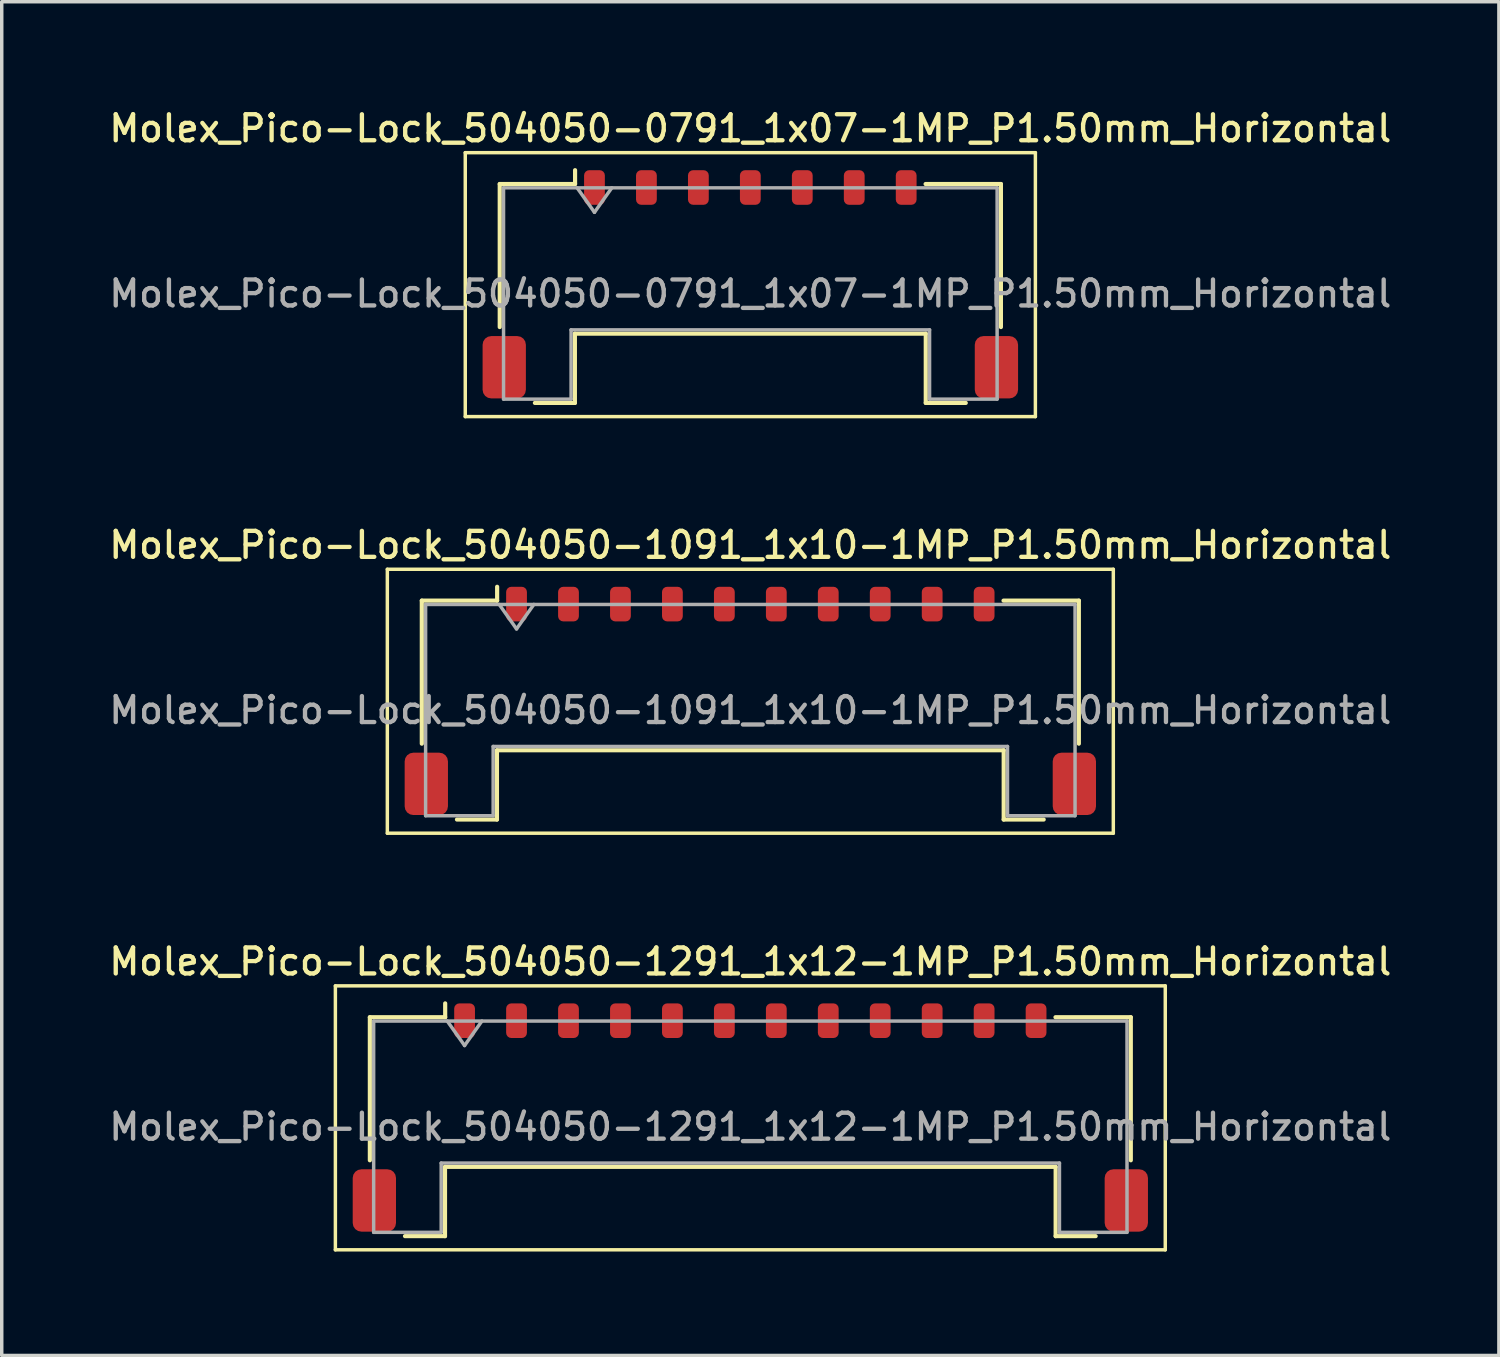
<source format=kicad_pcb>
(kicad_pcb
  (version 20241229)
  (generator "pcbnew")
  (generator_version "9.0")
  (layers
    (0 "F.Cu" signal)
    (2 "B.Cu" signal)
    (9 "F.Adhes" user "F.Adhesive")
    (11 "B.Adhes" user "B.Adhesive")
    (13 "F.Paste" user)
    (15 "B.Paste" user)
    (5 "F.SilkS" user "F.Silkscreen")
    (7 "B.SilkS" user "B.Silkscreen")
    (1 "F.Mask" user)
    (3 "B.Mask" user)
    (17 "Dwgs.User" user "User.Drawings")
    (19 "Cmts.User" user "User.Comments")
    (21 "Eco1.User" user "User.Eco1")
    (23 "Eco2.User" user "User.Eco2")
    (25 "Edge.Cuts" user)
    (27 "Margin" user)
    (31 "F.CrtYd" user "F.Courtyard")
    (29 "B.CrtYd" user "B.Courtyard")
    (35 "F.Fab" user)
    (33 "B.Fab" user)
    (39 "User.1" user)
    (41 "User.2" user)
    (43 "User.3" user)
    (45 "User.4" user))
  (footprint "Molex_Pico-Lock_504050-1291_1x12-1MP_P1.50mm_Horizontal"
    (layer "F.Cu")
    (at 18.613 29.214)
    (property "Reference" "Molex_Pico-Lock_504050-1291_1x12-1MP_P1.50mm_Horizontal" (at 0 -4.5 0) (layer "F.SilkS") (effects (font (size 0.75 0.75) (thickness 0.125))))
    (attr smd)
    (fp_line (start -11.98 -3.8) (end -11.98 3.82) (stroke (width 0.1) (type solid)) (layer "F.SilkS"))
    (fp_line (start -11.98 3.82) (end 11.98 3.82) (stroke (width 0.1) (type solid)) (layer "F.SilkS"))
    (fp_line (start -10.985 -2.895) (end -8.81 -2.895) (stroke (width 0.12) (type solid)) (layer "F.SilkS"))
    (fp_line (start -10.985 1.235) (end -10.985 -2.895) (stroke (width 0.12) (type solid)) (layer "F.SilkS"))
    (fp_line (start -9.97 3.425) (end -8.815 3.425) (stroke (width 0.12) (type solid)) (layer "F.SilkS"))
    (fp_line (start -8.815 1.425) (end 8.815 1.425) (stroke (width 0.12) (type solid)) (layer "F.SilkS"))
    (fp_line (start -8.815 3.425) (end -8.815 1.425) (stroke (width 0.12) (type solid)) (layer "F.SilkS"))
    (fp_line (start -8.81 -2.895) (end -8.81 -3.295) (stroke (width 0.12) (type solid)) (layer "F.SilkS"))
    (fp_line (start 8.815 1.425) (end 8.815 3.425) (stroke (width 0.12) (type solid)) (layer "F.SilkS"))
    (fp_line (start 8.815 3.425) (end 9.97 3.425) (stroke (width 0.12) (type solid)) (layer "F.SilkS"))
    (fp_line (start 10.985 -2.895) (end 8.81 -2.895) (stroke (width 0.12) (type solid)) (layer "F.SilkS"))
    (fp_line (start 10.985 1.235) (end 10.985 -2.895) (stroke (width 0.12) (type solid)) (layer "F.SilkS"))
    (fp_line (start 11.98 -3.8) (end -11.98 -3.8) (stroke (width 0.1) (type solid)) (layer "F.SilkS"))
    (fp_line (start 11.98 3.82) (end 11.98 -3.8) (stroke (width 0.1) (type solid)) (layer "F.SilkS"))
    (fp_line (start -10.875 -2.785) (end -10.875 3.315) (stroke (width 0.1) (type solid)) (layer "F.Fab"))
    (fp_line (start -10.875 -2.785) (end 10.875 -2.785) (stroke (width 0.1) (type solid)) (layer "F.Fab"))
    (fp_line (start -10.875 3.315) (end -8.925 3.315) (stroke (width 0.1) (type solid)) (layer "F.Fab"))
    (fp_line (start -8.925 1.315) (end 8.925 1.315) (stroke (width 0.1) (type solid)) (layer "F.Fab"))
    (fp_line (start -8.925 3.315) (end -8.925 1.315) (stroke (width 0.1) (type solid)) (layer "F.Fab"))
    (fp_line (start -8.75 -2.785) (end -8.25 -2.078) (stroke (width 0.1) (type solid)) (layer "F.Fab"))
    (fp_line (start -8.25 -2.078) (end -7.75 -2.785) (stroke (width 0.1) (type solid)) (layer "F.Fab"))
    (fp_line (start 8.925 1.315) (end 8.925 3.315) (stroke (width 0.1) (type solid)) (layer "F.Fab"))
    (fp_line (start 8.925 3.315) (end 10.875 3.315) (stroke (width 0.1) (type solid)) (layer "F.Fab"))
    (fp_line (start 10.875 -2.785) (end 10.875 3.315) (stroke (width 0.1) (type solid)) (layer "F.Fab"))
    (fp_text user "${REFERENCE}" (at 0 0.27 0) (layer "F.Fab") (effects (font (size 0.75 0.75) (thickness 0.125))))
    (pad "1" smd roundrect (at -8.25 -2.795) (size 0.6 1) (layers "F.Cu" "F.Mask" "F.Paste") (roundrect_rratio 0.25))
    (pad "2" smd roundrect (at -6.75 -2.795) (size 0.6 1) (layers "F.Cu" "F.Mask" "F.Paste") (roundrect_rratio 0.25))
    (pad "3" smd roundrect (at -5.25 -2.795) (size 0.6 1) (layers "F.Cu" "F.Mask" "F.Paste") (roundrect_rratio 0.25))
    (pad "4" smd roundrect (at -3.75 -2.795) (size 0.6 1) (layers "F.Cu" "F.Mask" "F.Paste") (roundrect_rratio 0.25))
    (pad "5" smd roundrect (at -2.25 -2.795) (size 0.6 1) (layers "F.Cu" "F.Mask" "F.Paste") (roundrect_rratio 0.25))
    (pad "6" smd roundrect (at -0.75 -2.795) (size 0.6 1) (layers "F.Cu" "F.Mask" "F.Paste") (roundrect_rratio 0.25))
    (pad "7" smd roundrect (at 0.75 -2.795) (size 0.6 1) (layers "F.Cu" "F.Mask" "F.Paste") (roundrect_rratio 0.25))
    (pad "8" smd roundrect (at 2.25 -2.795) (size 0.6 1) (layers "F.Cu" "F.Mask" "F.Paste") (roundrect_rratio 0.25))
    (pad "9" smd roundrect (at 3.75 -2.795) (size 0.6 1) (layers "F.Cu" "F.Mask" "F.Paste") (roundrect_rratio 0.25))
    (pad "10" smd roundrect (at 5.25 -2.795) (size 0.6 1) (layers "F.Cu" "F.Mask" "F.Paste") (roundrect_rratio 0.25))
    (pad "11" smd roundrect (at 6.75 -2.795) (size 0.6 1) (layers "F.Cu" "F.Mask" "F.Paste") (roundrect_rratio 0.25))
    (pad "12" smd roundrect (at 8.25 -2.795) (size 0.6 1) (layers "F.Cu" "F.Mask" "F.Paste") (roundrect_rratio 0.25))
    (pad "MP" smd roundrect (at -10.855 2.395) (size 1.25 1.8) (layers "F.Cu" "F.Mask" "F.Paste") (roundrect_rratio 0.2))
    (pad "MP" smd roundrect (at 10.855 2.395) (size 1.25 1.8) (layers "F.Cu" "F.Mask" "F.Paste") (roundrect_rratio 0.2)))
  (footprint "Molex_Pico-Lock_504050-1091_1x10-1MP_P1.50mm_Horizontal"
    (layer "F.Cu")
    (at 18.613 17.186)
    (property "Reference" "Molex_Pico-Lock_504050-1091_1x10-1MP_P1.50mm_Horizontal" (at 0 -4.5 0) (layer "F.SilkS") (effects (font (size 0.75 0.75) (thickness 0.125))))
    (attr smd)
    (fp_line (start -10.48 -3.8) (end -10.48 3.82) (stroke (width 0.1) (type solid)) (layer "F.SilkS"))
    (fp_line (start -10.48 3.82) (end 10.48 3.82) (stroke (width 0.1) (type solid)) (layer "F.SilkS"))
    (fp_line (start -9.485 -2.895) (end -7.31 -2.895) (stroke (width 0.12) (type solid)) (layer "F.SilkS"))
    (fp_line (start -9.485 1.235) (end -9.485 -2.895) (stroke (width 0.12) (type solid)) (layer "F.SilkS"))
    (fp_line (start -8.47 3.425) (end -7.315 3.425) (stroke (width 0.12) (type solid)) (layer "F.SilkS"))
    (fp_line (start -7.315 1.425) (end 7.315 1.425) (stroke (width 0.12) (type solid)) (layer "F.SilkS"))
    (fp_line (start -7.315 3.425) (end -7.315 1.425) (stroke (width 0.12) (type solid)) (layer "F.SilkS"))
    (fp_line (start -7.31 -2.895) (end -7.31 -3.295) (stroke (width 0.12) (type solid)) (layer "F.SilkS"))
    (fp_line (start 7.315 1.425) (end 7.315 3.425) (stroke (width 0.12) (type solid)) (layer "F.SilkS"))
    (fp_line (start 7.315 3.425) (end 8.47 3.425) (stroke (width 0.12) (type solid)) (layer "F.SilkS"))
    (fp_line (start 9.485 -2.895) (end 7.31 -2.895) (stroke (width 0.12) (type solid)) (layer "F.SilkS"))
    (fp_line (start 9.485 1.235) (end 9.485 -2.895) (stroke (width 0.12) (type solid)) (layer "F.SilkS"))
    (fp_line (start 10.48 -3.8) (end -10.48 -3.8) (stroke (width 0.1) (type solid)) (layer "F.SilkS"))
    (fp_line (start 10.48 3.82) (end 10.48 -3.8) (stroke (width 0.1) (type solid)) (layer "F.SilkS"))
    (fp_line (start -9.375 -2.785) (end -9.375 3.315) (stroke (width 0.1) (type solid)) (layer "F.Fab"))
    (fp_line (start -9.375 -2.785) (end 9.375 -2.785) (stroke (width 0.1) (type solid)) (layer "F.Fab"))
    (fp_line (start -9.375 3.315) (end -7.425 3.315) (stroke (width 0.1) (type solid)) (layer "F.Fab"))
    (fp_line (start -7.425 1.315) (end 7.425 1.315) (stroke (width 0.1) (type solid)) (layer "F.Fab"))
    (fp_line (start -7.425 3.315) (end -7.425 1.315) (stroke (width 0.1) (type solid)) (layer "F.Fab"))
    (fp_line (start -7.25 -2.785) (end -6.75 -2.078) (stroke (width 0.1) (type solid)) (layer "F.Fab"))
    (fp_line (start -6.75 -2.078) (end -6.25 -2.785) (stroke (width 0.1) (type solid)) (layer "F.Fab"))
    (fp_line (start 7.425 1.315) (end 7.425 3.315) (stroke (width 0.1) (type solid)) (layer "F.Fab"))
    (fp_line (start 7.425 3.315) (end 9.375 3.315) (stroke (width 0.1) (type solid)) (layer "F.Fab"))
    (fp_line (start 9.375 -2.785) (end 9.375 3.315) (stroke (width 0.1) (type solid)) (layer "F.Fab"))
    (fp_text user "${REFERENCE}" (at 0 0.27 0) (layer "F.Fab") (effects (font (size 0.75 0.75) (thickness 0.125))))
    (pad "1" smd roundrect (at -6.75 -2.795) (size 0.6 1) (layers "F.Cu" "F.Mask" "F.Paste") (roundrect_rratio 0.25))
    (pad "2" smd roundrect (at -5.25 -2.795) (size 0.6 1) (layers "F.Cu" "F.Mask" "F.Paste") (roundrect_rratio 0.25))
    (pad "3" smd roundrect (at -3.75 -2.795) (size 0.6 1) (layers "F.Cu" "F.Mask" "F.Paste") (roundrect_rratio 0.25))
    (pad "4" smd roundrect (at -2.25 -2.795) (size 0.6 1) (layers "F.Cu" "F.Mask" "F.Paste") (roundrect_rratio 0.25))
    (pad "5" smd roundrect (at -0.75 -2.795) (size 0.6 1) (layers "F.Cu" "F.Mask" "F.Paste") (roundrect_rratio 0.25))
    (pad "6" smd roundrect (at 0.75 -2.795) (size 0.6 1) (layers "F.Cu" "F.Mask" "F.Paste") (roundrect_rratio 0.25))
    (pad "7" smd roundrect (at 2.25 -2.795) (size 0.6 1) (layers "F.Cu" "F.Mask" "F.Paste") (roundrect_rratio 0.25))
    (pad "8" smd roundrect (at 3.75 -2.795) (size 0.6 1) (layers "F.Cu" "F.Mask" "F.Paste") (roundrect_rratio 0.25))
    (pad "9" smd roundrect (at 5.25 -2.795) (size 0.6 1) (layers "F.Cu" "F.Mask" "F.Paste") (roundrect_rratio 0.25))
    (pad "10" smd roundrect (at 6.75 -2.795) (size 0.6 1) (layers "F.Cu" "F.Mask" "F.Paste") (roundrect_rratio 0.25))
    (pad "MP" smd roundrect (at -9.355 2.395) (size 1.25 1.8) (layers "F.Cu" "F.Mask" "F.Paste") (roundrect_rratio 0.2))
    (pad "MP" smd roundrect (at 9.355 2.395) (size 1.25 1.8) (layers "F.Cu" "F.Mask" "F.Paste") (roundrect_rratio 0.2)))
  (footprint "Molex_Pico-Lock_504050-0791_1x07-1MP_P1.50mm_Horizontal"
    (layer "F.Cu")
    (at 18.613 5.158)
    (property "Reference" "Molex_Pico-Lock_504050-0791_1x07-1MP_P1.50mm_Horizontal" (at 0 -4.5 0) (layer "F.SilkS") (effects (font (size 0.75 0.75) (thickness 0.125))))
    (attr smd)
    (fp_line (start -8.23 -3.8) (end -8.23 3.82) (stroke (width 0.1) (type solid)) (layer "F.SilkS"))
    (fp_line (start -8.23 3.82) (end 8.23 3.82) (stroke (width 0.1) (type solid)) (layer "F.SilkS"))
    (fp_line (start -7.235 -2.895) (end -5.06 -2.895) (stroke (width 0.12) (type solid)) (layer "F.SilkS"))
    (fp_line (start -7.235 1.235) (end -7.235 -2.895) (stroke (width 0.12) (type solid)) (layer "F.SilkS"))
    (fp_line (start -6.22 3.425) (end -5.065 3.425) (stroke (width 0.12) (type solid)) (layer "F.SilkS"))
    (fp_line (start -5.065 1.425) (end 5.065 1.425) (stroke (width 0.12) (type solid)) (layer "F.SilkS"))
    (fp_line (start -5.065 3.425) (end -5.065 1.425) (stroke (width 0.12) (type solid)) (layer "F.SilkS"))
    (fp_line (start -5.06 -2.895) (end -5.06 -3.295) (stroke (width 0.12) (type solid)) (layer "F.SilkS"))
    (fp_line (start 5.065 1.425) (end 5.065 3.425) (stroke (width 0.12) (type solid)) (layer "F.SilkS"))
    (fp_line (start 5.065 3.425) (end 6.22 3.425) (stroke (width 0.12) (type solid)) (layer "F.SilkS"))
    (fp_line (start 7.235 -2.895) (end 5.06 -2.895) (stroke (width 0.12) (type solid)) (layer "F.SilkS"))
    (fp_line (start 7.235 1.235) (end 7.235 -2.895) (stroke (width 0.12) (type solid)) (layer "F.SilkS"))
    (fp_line (start 8.23 -3.8) (end -8.23 -3.8) (stroke (width 0.1) (type solid)) (layer "F.SilkS"))
    (fp_line (start 8.23 3.82) (end 8.23 -3.8) (stroke (width 0.1) (type solid)) (layer "F.SilkS"))
    (fp_line (start -7.125 -2.785) (end -7.125 3.315) (stroke (width 0.1) (type solid)) (layer "F.Fab"))
    (fp_line (start -7.125 -2.785) (end 7.125 -2.785) (stroke (width 0.1) (type solid)) (layer "F.Fab"))
    (fp_line (start -7.125 3.315) (end -5.175 3.315) (stroke (width 0.1) (type solid)) (layer "F.Fab"))
    (fp_line (start -5.175 1.315) (end 5.175 1.315) (stroke (width 0.1) (type solid)) (layer "F.Fab"))
    (fp_line (start -5.175 3.315) (end -5.175 1.315) (stroke (width 0.1) (type solid)) (layer "F.Fab"))
    (fp_line (start -5 -2.785) (end -4.5 -2.078) (stroke (width 0.1) (type solid)) (layer "F.Fab"))
    (fp_line (start -4.5 -2.078) (end -4 -2.785) (stroke (width 0.1) (type solid)) (layer "F.Fab"))
    (fp_line (start 5.175 1.315) (end 5.175 3.315) (stroke (width 0.1) (type solid)) (layer "F.Fab"))
    (fp_line (start 5.175 3.315) (end 7.125 3.315) (stroke (width 0.1) (type solid)) (layer "F.Fab"))
    (fp_line (start 7.125 -2.785) (end 7.125 3.315) (stroke (width 0.1) (type solid)) (layer "F.Fab"))
    (fp_text user "${REFERENCE}" (at 0 0.27 0) (layer "F.Fab") (effects (font (size 0.75 0.75) (thickness 0.125))))
    (pad "1" smd roundrect (at -4.5 -2.795) (size 0.6 1) (layers "F.Cu" "F.Mask" "F.Paste") (roundrect_rratio 0.25))
    (pad "2" smd roundrect (at -3 -2.795) (size 0.6 1) (layers "F.Cu" "F.Mask" "F.Paste") (roundrect_rratio 0.25))
    (pad "3" smd roundrect (at -1.5 -2.795) (size 0.6 1) (layers "F.Cu" "F.Mask" "F.Paste") (roundrect_rratio 0.25))
    (pad "4" smd roundrect (at 0 -2.795) (size 0.6 1) (layers "F.Cu" "F.Mask" "F.Paste") (roundrect_rratio 0.25))
    (pad "5" smd roundrect (at 1.5 -2.795) (size 0.6 1) (layers "F.Cu" "F.Mask" "F.Paste") (roundrect_rratio 0.25))
    (pad "6" smd roundrect (at 3 -2.795) (size 0.6 1) (layers "F.Cu" "F.Mask" "F.Paste") (roundrect_rratio 0.25))
    (pad "7" smd roundrect (at 4.5 -2.795) (size 0.6 1) (layers "F.Cu" "F.Mask" "F.Paste") (roundrect_rratio 0.25))
    (pad "MP" smd roundrect (at -7.105 2.395) (size 1.25 1.8) (layers "F.Cu" "F.Mask" "F.Paste") (roundrect_rratio 0.2))
    (pad "MP" smd roundrect (at 7.105 2.395) (size 1.25 1.8) (layers "F.Cu" "F.Mask" "F.Paste") (roundrect_rratio 0.2)))
  (gr_rect
    (start -3 -3)
    (end 40.225 36.084)
    (stroke (width 0.1) (type default))
    (fill no)
    (layer "Edge.Cuts")))
</source>
